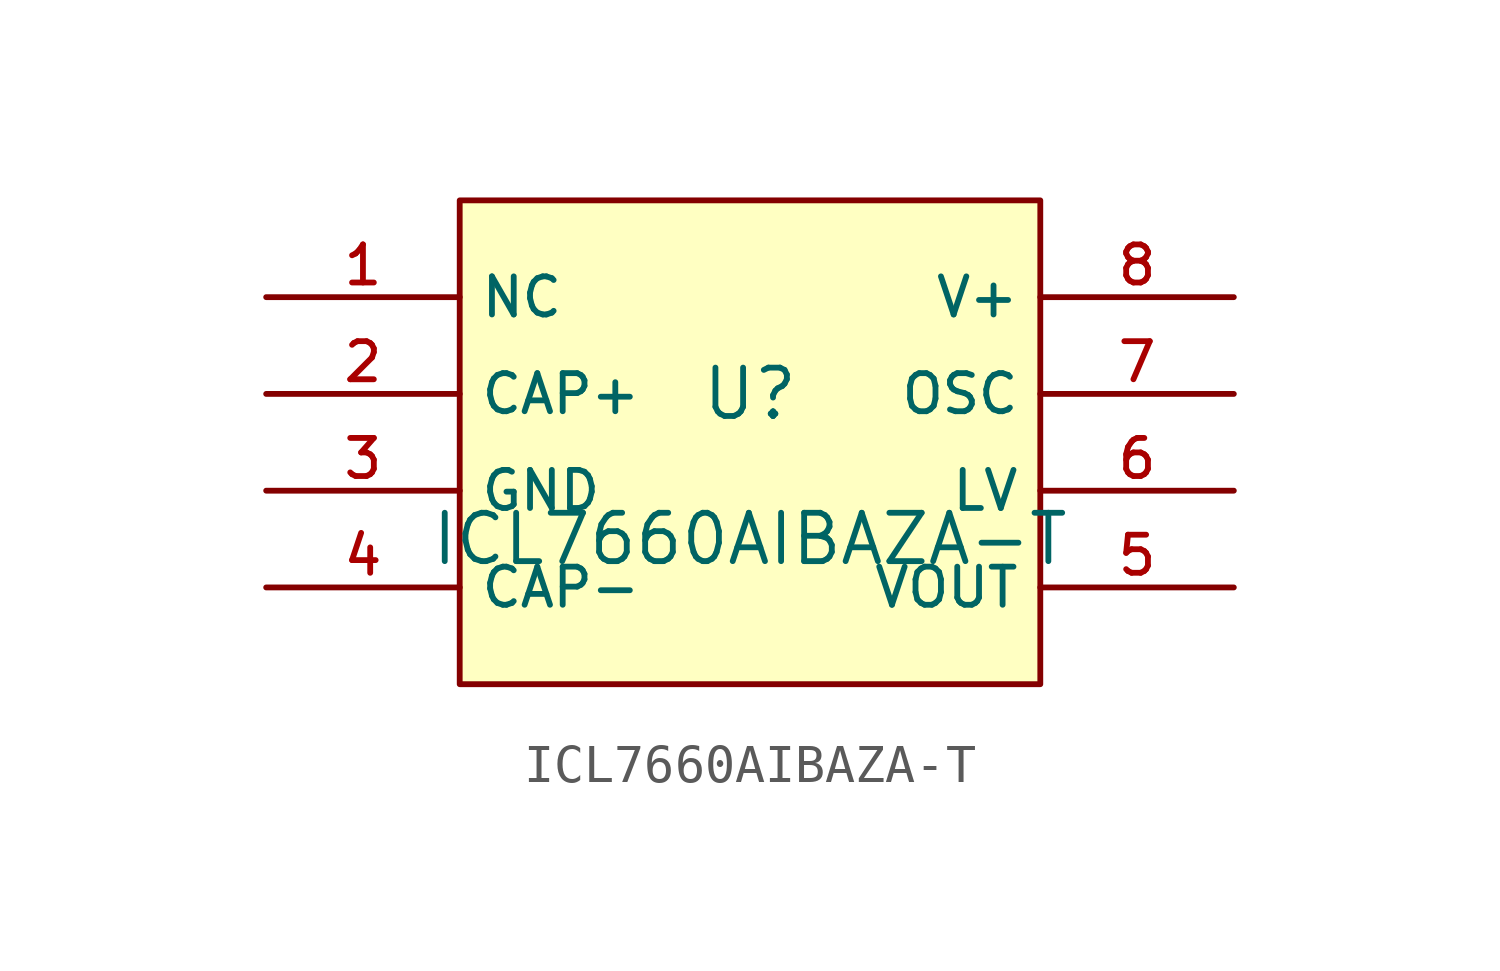
<source format=kicad_sym>
(kicad_symbol_lib
  (version 20210201)
  (generator TousstNicolas/JLC2KiCad_lib)
  (symbol "ICL7660AIBAZA-T"
    (property "Reference" "U"
      (at 0 1.27 0)
      (effects (font (size 1.27 1.27))))
    (property "Value" "ICL7660AIBAZA-T"
      (at 0 -2.54 0)
      (effects (font (size 1.27 1.27))))
    (symbol "ICL7660AIBAZA-T_0_1"
      (pin unspecified line (at -12.7 3.81 0) (length 5.08) (name "NC" (effects (font (size 1 1)))) (number "1" (effects (font (size 1 1)))))
      (pin unspecified line (at -12.7 1.27 0) (length 5.08) (name "CAP+" (effects (font (size 1 1)))) (number "2" (effects (font (size 1 1)))))
      (pin unspecified line (at -12.7 -1.27 0) (length 5.08) (name "GND" (effects (font (size 1 1)))) (number "3" (effects (font (size 1 1)))))
      (pin unspecified line (at -12.7 -3.81 0) (length 5.08) (name "CAP-" (effects (font (size 1 1)))) (number "4" (effects (font (size 1 1)))))
      (pin unspecified line (at 12.7 -3.81 180) (length 5.08) (name "VOUT" (effects (font (size 1 1)))) (number "5" (effects (font (size 1 1)))))
      (pin unspecified line (at 12.7 -1.27 180) (length 5.08) (name "LV" (effects (font (size 1 1)))) (number "6" (effects (font (size 1 1)))))
      (pin unspecified line (at 12.7 1.27 180) (length 5.08) (name "OSC" (effects (font (size 1 1)))) (number "7" (effects (font (size 1 1)))))
      (pin unspecified line (at 12.7 3.81 180) (length 5.08) (name "V+" (effects (font (size 1 1)))) (number "8" (effects (font (size 1 1)))))
      (rectangle (start -7.62 6.35) (end 7.62 -6.35) (stroke (width 0) (type default) (color 0 0 0 0)) (fill (type background))))))
</source>
